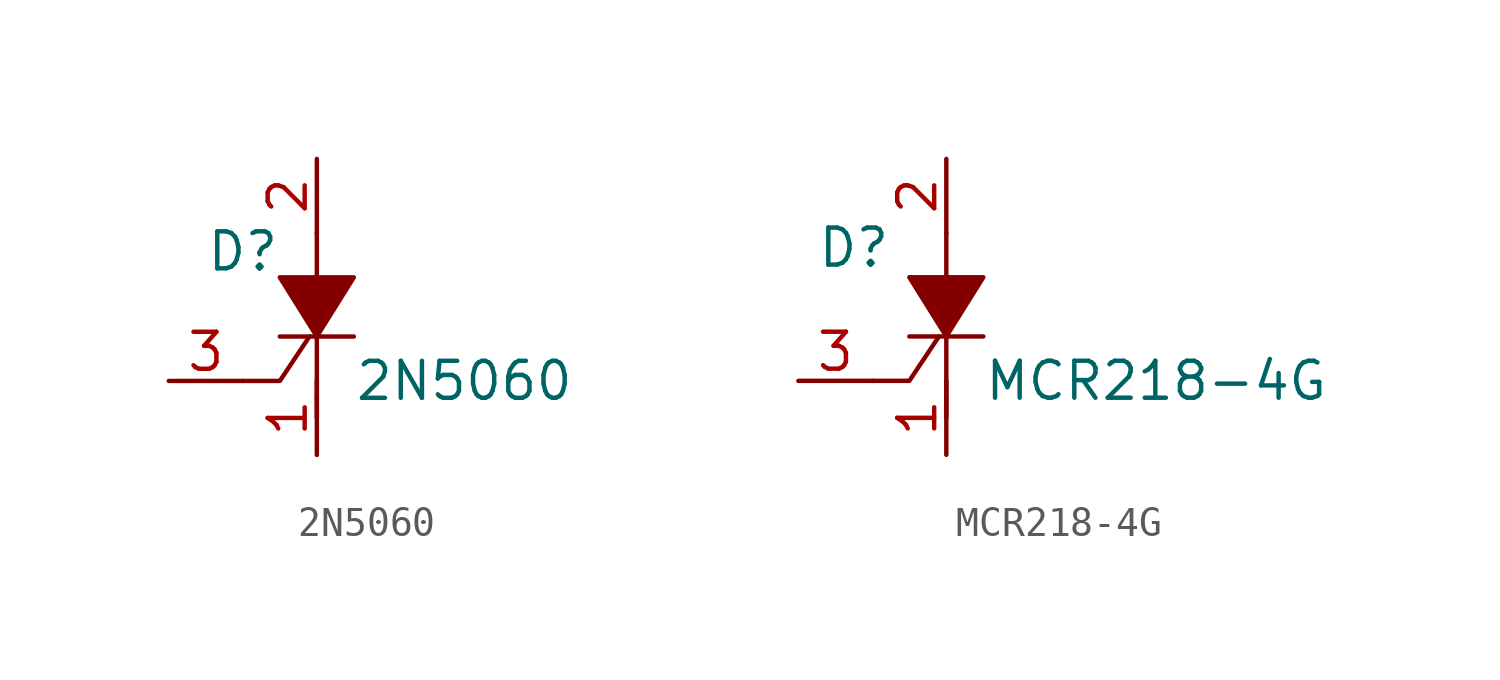
<source format=kicad_sym>
(kicad_symbol_lib
  (version 20220914)
  (generator kicad_symbol_editor)
  (symbol "2N5060"
    (pin_names
      (offset 0) hide)
    (property "Reference" "D"
      (at -2.54 1.905 0)
      (effects (font (size 1.27 1.27))))
    (property "Value" "2N5060"
      (at 1.27 -2.54 0)
      (effects (font (size 1.27 1.27)) (justify left)))
    (symbol "2N5060_0_1"
      (polyline (pts (xy -1.27 -1.016) (xy 1.27 -1.016)) (stroke (width 0) (type default)) (fill (type none)))
      (polyline (pts (xy 0 -3.175) (xy 0 -3.81)) (stroke (width 0) (type default)) (fill (type none)))
      (polyline (pts (xy 0 -3.175) (xy 0 -0.635)) (stroke (width 0) (type default)) (fill (type none)))
      (polyline (pts (xy 0 0.635) (xy 0 2.54)) (stroke (width 0) (type default)) (fill (type none)))
      (polyline (pts (xy -0.254 -1.016) (xy -1.27 -2.54) (xy -2.54 -2.54)) (stroke (width 0) (type default)) (fill (type none)))
      (polyline (pts (xy 0 -1.016) (xy -1.27 1.016) (xy 1.27 1.016) (xy 0 -1.016)) (stroke (width 0) (type default)) (fill (type outline))))
    (symbol "2N5060_1_1"
      (pin passive line (at 0 -5.08 90) (length 2.54) (name "C" (effects (font (size 1.27 1.27)))) (number "1" (effects (font (size 1.27 1.27)))))
      (pin passive line (at 0 5.08 270) (length 2.54) (name "A" (effects (font (size 1.27 1.27)))) (number "2" (effects (font (size 1.27 1.27)))))
      (pin input line (at -5.08 -2.54 0) (length 2.54) (name "G" (effects (font (size 1.27 1.27)))) (number "3" (effects (font (size 1.27 1.27)))))))
  (symbol "MCR218-4G"
    (pin_names
      (offset 0) hide)
    (property "Reference" "D"
      (at -3.175 2.032 0)
      (effects (font (size 1.27 1.27))))
    (property "Value" "MCR218-4G"
      (at 1.27 -2.54 0)
      (effects (font (size 1.27 1.27)) (justify left)))
    (symbol "MCR218-4G_0_1"
      (polyline (pts (xy -1.27 -1.016) (xy 1.27 -1.016)) (stroke (width 0) (type default)) (fill (type none)))
      (polyline (pts (xy 0 -3.175) (xy 0 -3.81)) (stroke (width 0) (type default)) (fill (type none)))
      (polyline (pts (xy 0 -3.175) (xy 0 -0.635)) (stroke (width 0) (type default)) (fill (type none)))
      (polyline (pts (xy 0 0.635) (xy 0 2.54)) (stroke (width 0) (type default)) (fill (type none)))
      (polyline (pts (xy -0.254 -1.016) (xy -1.27 -2.54) (xy -2.54 -2.54)) (stroke (width 0) (type default)) (fill (type none)))
      (polyline (pts (xy 0 -1.016) (xy -1.27 1.016) (xy 1.27 1.016) (xy 0 -1.016)) (stroke (width 0) (type default)) (fill (type outline))))
    (symbol "MCR218-4G_1_1"
      (pin passive line (at 0 -5.08 90) (length 2.54) (name "C" (effects (font (size 1.27 1.27)))) (number "1" (effects (font (size 1.27 1.27)))))
      (pin passive line (at 0 5.08 270) (length 2.54) (name "A" (effects (font (size 1.27 1.27)))) (number "2" (effects (font (size 1.27 1.27)))))
      (pin input line (at -5.08 -2.54 0) (length 2.54) (name "G" (effects (font (size 1.27 1.27)))) (number "3" (effects (font (size 1.27 1.27))))))))
</source>
